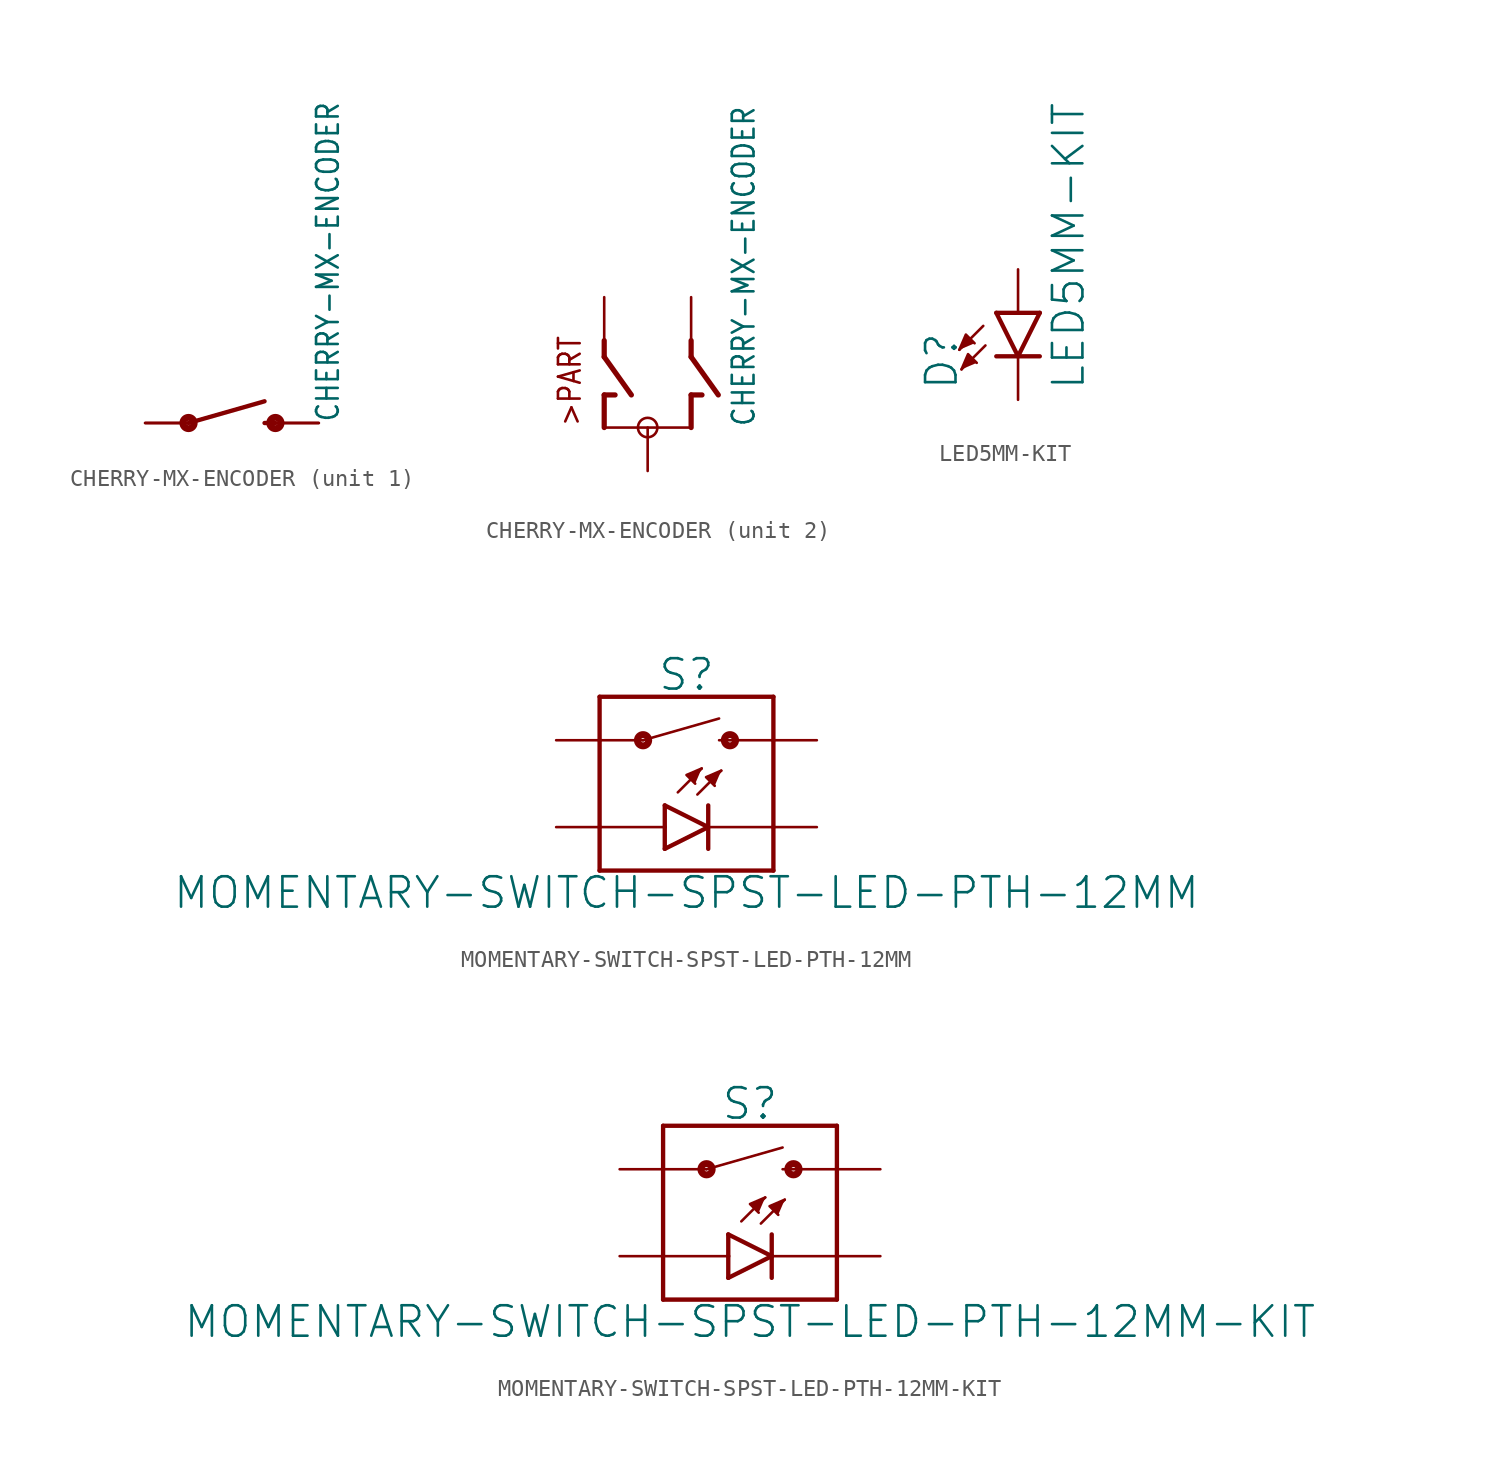
<source format=kicad_sym>
(kicad_symbol_lib
  (version 20210619)
  (generator kicad_symbol_editor)
  (symbol "CHERRY-MX-ENCODER"
    (property "Reference" ""
      (at 0 1.524 0)
      (effects (font (size 1.778 1.778)) (justify bottom) hide))
    (property "Value" "CHERRY-MX-ENCODER"
      (at 6.35 0 90)
      (effects (font (size 1.27 1.079)) (justify left bottom)))
    (property "ki_locked" ""
      (at 0 0 0)
      (effects (font (size 1.27 1.27))))
    (symbol "CHERRY-MX-ENCODER_1_0"
      (circle (center -2.54 0) (radius 0.127) (stroke (width 0.406)) (fill (type none)))
      (circle (center 2.54 0) (radius 0.127) (stroke (width 0.406)) (fill (type none)))
      (polyline (pts (xy -2.54 0) (xy 1.905 1.27)) (stroke (width 0.254)) (fill (type none)))
      (polyline (pts (xy 1.905 0) (xy 2.54 0)) (stroke (width 0.254)) (fill (type none)))
      (pin passive line (at -5.08 0 0) (length 2.54) (name "1" (effects (font (size 0 0)))) (number "D" (effects (font (size 0 0)))))
      (pin passive line (at 5.08 0 180) (length 2.54) (name "2" (effects (font (size 0 0)))) (number "E" (effects (font (size 0 0)))))
      (pin passive line (at -5.08 0 0) (length 2.54) (name "1" (effects (font (size 0 0)))) (number "S1" (effects (font (size 0 0)))))
      (pin passive line (at 5.08 0 180) (length 2.54) (name "2" (effects (font (size 0 0)))) (number "S2" (effects (font (size 0 0))))))
    (symbol "CHERRY-MX-ENCODER_2_0"
      (circle (center 0 0) (radius 0.568) (stroke (width 0)) (fill (type none)))
      (text ">PART" (at -3.81 0 900) (effects (font (size 1.27 1.079)) (justify left bottom)))
      (polyline (pts (xy -2.54 0) (xy 2.54 0)) (stroke (width 0.152)) (fill (type none)))
      (polyline (pts (xy -2.54 1.905) (xy -2.54 0)) (stroke (width 0.305)) (fill (type none)))
      (polyline (pts (xy -2.54 4.128) (xy -0.953 1.905)) (stroke (width 0.305)) (fill (type none)))
      (polyline (pts (xy -2.54 5.08) (xy -2.54 4.128)) (stroke (width 0.305)) (fill (type none)))
      (polyline (pts (xy -1.905 1.905) (xy -2.54 1.905)) (stroke (width 0.305)) (fill (type none)))
      (polyline (pts (xy 2.54 1.905) (xy 2.54 0)) (stroke (width 0.305)) (fill (type none)))
      (polyline (pts (xy 2.54 4.128) (xy 4.128 1.905)) (stroke (width 0.305)) (fill (type none)))
      (polyline (pts (xy 2.54 5.08) (xy 2.54 4.128)) (stroke (width 0.305)) (fill (type none)))
      (polyline (pts (xy 3.175 1.905) (xy 2.54 1.905)) (stroke (width 0.305)) (fill (type none)))
      (pin passive line (at -2.54 7.62 270) (length 2.54) (name "A" (effects (font (size 0 0)))) (number "A" (effects (font (size 0 0)))))
      (pin passive line (at 2.54 7.62 270) (length 2.54) (name "B" (effects (font (size 0 0)))) (number "B" (effects (font (size 0 0)))))
      (pin passive line (at 0 -2.54 90) (length 2.54) (name "C" (effects (font (size 0 0)))) (number "C" (effects (font (size 0 0)))))))
  (symbol "LED5MM-KIT"
    (property "Reference" "D"
      (at -3.429 -4.572 90)
      (effects (font (size 1.778 1.778)) (justify left bottom)))
    (property "Value" "LED5MM-KIT"
      (at 1.905 -4.572 90)
      (effects (font (size 1.778 1.778)) (justify left top)))
    (property "ki_locked" ""
      (at 0 0 0)
      (effects (font (size 1.27 1.27))))
    (symbol "LED5MM-KIT_1_0"
      (polyline (pts (xy -2.032 -0.762) (xy -3.429 -2.159)) (stroke (width 0.152)) (fill (type none)))
      (polyline (pts (xy -1.905 -1.905) (xy -3.302 -3.302)) (stroke (width 0.152)) (fill (type none)))
      (polyline (pts (xy 0 -2.54) (xy -1.27 -2.54)) (stroke (width 0.254)) (fill (type none)))
      (polyline (pts (xy 0 -2.54) (xy -1.27 0)) (stroke (width 0.254)) (fill (type none)))
      (polyline (pts (xy 1.27 -2.54) (xy 0 -2.54)) (stroke (width 0.254)) (fill (type none)))
      (polyline (pts (xy 1.27 0) (xy -1.27 0)) (stroke (width 0.254)) (fill (type none)))
      (polyline (pts (xy 1.27 0) (xy 0 -2.54)) (stroke (width 0.254)) (fill (type none)))
      (polyline (pts (xy -3.429 -2.159) (xy -3.048 -1.27) (xy -2.54 -1.778)) (stroke (width 0)) (fill (type outline)))
      (polyline (pts (xy -3.302 -3.302) (xy -2.921 -2.413) (xy -2.413 -2.921)) (stroke (width 0)) (fill (type outline)))
      (pin passive line (at 0 2.54 270) (length 2.54) (name "A" (effects (font (size 0 0)))) (number "A" (effects (font (size 0 0)))))
      (pin passive line (at 0 -5.08 90) (length 2.54) (name "C" (effects (font (size 0 0)))) (number "K" (effects (font (size 0 0)))))))
  (symbol "MOMENTARY-SWITCH-SPST-LED-PTH-12MM"
    (property "Reference" "S"
      (at 0 5.334 0)
      (effects (font (size 1.778 1.778)) (justify bottom)))
    (property "Value" "MOMENTARY-SWITCH-SPST-LED-PTH-12MM"
      (at 0 -5.334 0)
      (effects (font (size 1.778 1.778)) (justify top)))
    (property "ki_locked" ""
      (at 0 0 0)
      (effects (font (size 1.27 1.27))))
    (symbol "MOMENTARY-SWITCH-SPST-LED-PTH-12MM_1_0"
      (circle (center -2.54 2.54) (radius 0.127) (stroke (width 0.406)) (fill (type none)))
      (circle (center 2.54 2.54) (radius 0.127) (stroke (width 0.406)) (fill (type none)))
      (polyline (pts (xy -5.08 -5.08) (xy 5.08 -5.08)) (stroke (width 0.254)) (fill (type none)))
      (polyline (pts (xy -5.08 -2.54) (xy -5.08 -5.08)) (stroke (width 0.254)) (fill (type none)))
      (polyline (pts (xy -5.08 -2.54) (xy -1.27 -2.54)) (stroke (width 0.152)) (fill (type none)))
      (polyline (pts (xy -5.08 2.54) (xy -5.08 -2.54)) (stroke (width 0.254)) (fill (type none)))
      (polyline (pts (xy -5.08 2.54) (xy -2.54 2.54)) (stroke (width 0.152)) (fill (type none)))
      (polyline (pts (xy -5.08 5.08) (xy -5.08 2.54)) (stroke (width 0.254)) (fill (type none)))
      (polyline (pts (xy -2.54 2.54) (xy 1.905 3.81)) (stroke (width 0.152)) (fill (type none)))
      (polyline (pts (xy -1.27 -3.81) (xy -1.27 -2.54)) (stroke (width 0.254)) (fill (type none)))
      (polyline (pts (xy -1.27 -3.81) (xy 1.27 -2.54)) (stroke (width 0.254)) (fill (type none)))
      (polyline (pts (xy -1.27 -2.54) (xy -1.27 -1.27)) (stroke (width 0.254)) (fill (type none)))
      (polyline (pts (xy -0.508 -0.508) (xy 0.889 0.889)) (stroke (width 0.152)) (fill (type none)))
      (polyline (pts (xy 0.635 -0.635) (xy 2.032 0.762)) (stroke (width 0.152)) (fill (type none)))
      (polyline (pts (xy 1.27 -3.81) (xy 1.27 -2.54)) (stroke (width 0.254)) (fill (type none)))
      (polyline (pts (xy 1.27 -2.54) (xy -1.27 -1.27)) (stroke (width 0.254)) (fill (type none)))
      (polyline (pts (xy 1.27 -2.54) (xy 1.27 -1.27)) (stroke (width 0.254)) (fill (type none)))
      (polyline (pts (xy 1.27 -2.54) (xy 5.08 -2.54)) (stroke (width 0.152)) (fill (type none)))
      (polyline (pts (xy 1.905 2.54) (xy 5.08 2.54)) (stroke (width 0.152)) (fill (type none)))
      (polyline (pts (xy 5.08 -5.08) (xy 5.08 -2.54)) (stroke (width 0.254)) (fill (type none)))
      (polyline (pts (xy 5.08 -2.54) (xy 5.08 2.54)) (stroke (width 0.254)) (fill (type none)))
      (polyline (pts (xy 5.08 2.54) (xy 5.08 5.08)) (stroke (width 0.254)) (fill (type none)))
      (polyline (pts (xy 5.08 5.08) (xy -5.08 5.08)) (stroke (width 0.254)) (fill (type none)))
      (polyline (pts (xy 0.889 0.889) (xy 0 0.508) (xy 0.508 0)) (stroke (width 0)) (fill (type outline)))
      (polyline (pts (xy 2.032 0.762) (xy 1.143 0.381) (xy 1.651 -0.127)) (stroke (width 0)) (fill (type outline)))
      (pin passive line (at 7.62 2.54 180) (length 2.54) (name "2" (effects (font (size 0 0)))) (number "2" (effects (font (size 0 0)))))
      (pin passive line (at -7.62 2.54 0) (length 2.54) (name "1" (effects (font (size 0 0)))) (number "4" (effects (font (size 0 0)))))
      (pin passive line (at -7.62 -2.54 0) (length 2.54) (name "A" (effects (font (size 0 0)))) (number "A" (effects (font (size 0 0)))))
      (pin passive line (at 7.62 -2.54 180) (length 2.54) (name "C" (effects (font (size 0 0)))) (number "C" (effects (font (size 0 0)))))))
  (symbol "MOMENTARY-SWITCH-SPST-LED-PTH-12MM-KIT"
    (property "Reference" "S"
      (at 0 5.334 0)
      (effects (font (size 1.778 1.778)) (justify bottom)))
    (property "Value" "MOMENTARY-SWITCH-SPST-LED-PTH-12MM-KIT"
      (at 0 -5.334 0)
      (effects (font (size 1.778 1.778)) (justify top)))
    (property "ki_locked" ""
      (at 0 0 0)
      (effects (font (size 1.27 1.27))))
    (symbol "MOMENTARY-SWITCH-SPST-LED-PTH-12MM-KIT_1_0"
      (circle (center -2.54 2.54) (radius 0.127) (stroke (width 0.406)) (fill (type none)))
      (circle (center 2.54 2.54) (radius 0.127) (stroke (width 0.406)) (fill (type none)))
      (polyline (pts (xy -5.08 -5.08) (xy 5.08 -5.08)) (stroke (width 0.254)) (fill (type none)))
      (polyline (pts (xy -5.08 -2.54) (xy -5.08 -5.08)) (stroke (width 0.254)) (fill (type none)))
      (polyline (pts (xy -5.08 -2.54) (xy -1.27 -2.54)) (stroke (width 0.152)) (fill (type none)))
      (polyline (pts (xy -5.08 2.54) (xy -5.08 -2.54)) (stroke (width 0.254)) (fill (type none)))
      (polyline (pts (xy -5.08 2.54) (xy -2.54 2.54)) (stroke (width 0.152)) (fill (type none)))
      (polyline (pts (xy -5.08 5.08) (xy -5.08 2.54)) (stroke (width 0.254)) (fill (type none)))
      (polyline (pts (xy -2.54 2.54) (xy 1.905 3.81)) (stroke (width 0.152)) (fill (type none)))
      (polyline (pts (xy -1.27 -3.81) (xy -1.27 -2.54)) (stroke (width 0.254)) (fill (type none)))
      (polyline (pts (xy -1.27 -3.81) (xy 1.27 -2.54)) (stroke (width 0.254)) (fill (type none)))
      (polyline (pts (xy -1.27 -2.54) (xy -1.27 -1.27)) (stroke (width 0.254)) (fill (type none)))
      (polyline (pts (xy -0.508 -0.508) (xy 0.889 0.889)) (stroke (width 0.152)) (fill (type none)))
      (polyline (pts (xy 0.635 -0.635) (xy 2.032 0.762)) (stroke (width 0.152)) (fill (type none)))
      (polyline (pts (xy 1.27 -3.81) (xy 1.27 -2.54)) (stroke (width 0.254)) (fill (type none)))
      (polyline (pts (xy 1.27 -2.54) (xy -1.27 -1.27)) (stroke (width 0.254)) (fill (type none)))
      (polyline (pts (xy 1.27 -2.54) (xy 1.27 -1.27)) (stroke (width 0.254)) (fill (type none)))
      (polyline (pts (xy 1.27 -2.54) (xy 5.08 -2.54)) (stroke (width 0.152)) (fill (type none)))
      (polyline (pts (xy 1.905 2.54) (xy 5.08 2.54)) (stroke (width 0.152)) (fill (type none)))
      (polyline (pts (xy 5.08 -5.08) (xy 5.08 -2.54)) (stroke (width 0.254)) (fill (type none)))
      (polyline (pts (xy 5.08 -2.54) (xy 5.08 2.54)) (stroke (width 0.254)) (fill (type none)))
      (polyline (pts (xy 5.08 2.54) (xy 5.08 5.08)) (stroke (width 0.254)) (fill (type none)))
      (polyline (pts (xy 5.08 5.08) (xy -5.08 5.08)) (stroke (width 0.254)) (fill (type none)))
      (polyline (pts (xy 0.889 0.889) (xy 0 0.508) (xy 0.508 0)) (stroke (width 0)) (fill (type outline)))
      (polyline (pts (xy 2.032 0.762) (xy 1.143 0.381) (xy 1.651 -0.127)) (stroke (width 0)) (fill (type outline)))
      (pin passive line (at 7.62 2.54 180) (length 2.54) (name "2" (effects (font (size 0 0)))) (number "2" (effects (font (size 0 0)))))
      (pin passive line (at -7.62 2.54 0) (length 2.54) (name "1" (effects (font (size 0 0)))) (number "4" (effects (font (size 0 0)))))
      (pin passive line (at -7.62 -2.54 0) (length 2.54) (name "A" (effects (font (size 0 0)))) (number "A" (effects (font (size 0 0)))))
      (pin passive line (at 7.62 -2.54 180) (length 2.54) (name "C" (effects (font (size 0 0)))) (number "C" (effects (font (size 0 0))))))))
</source>
